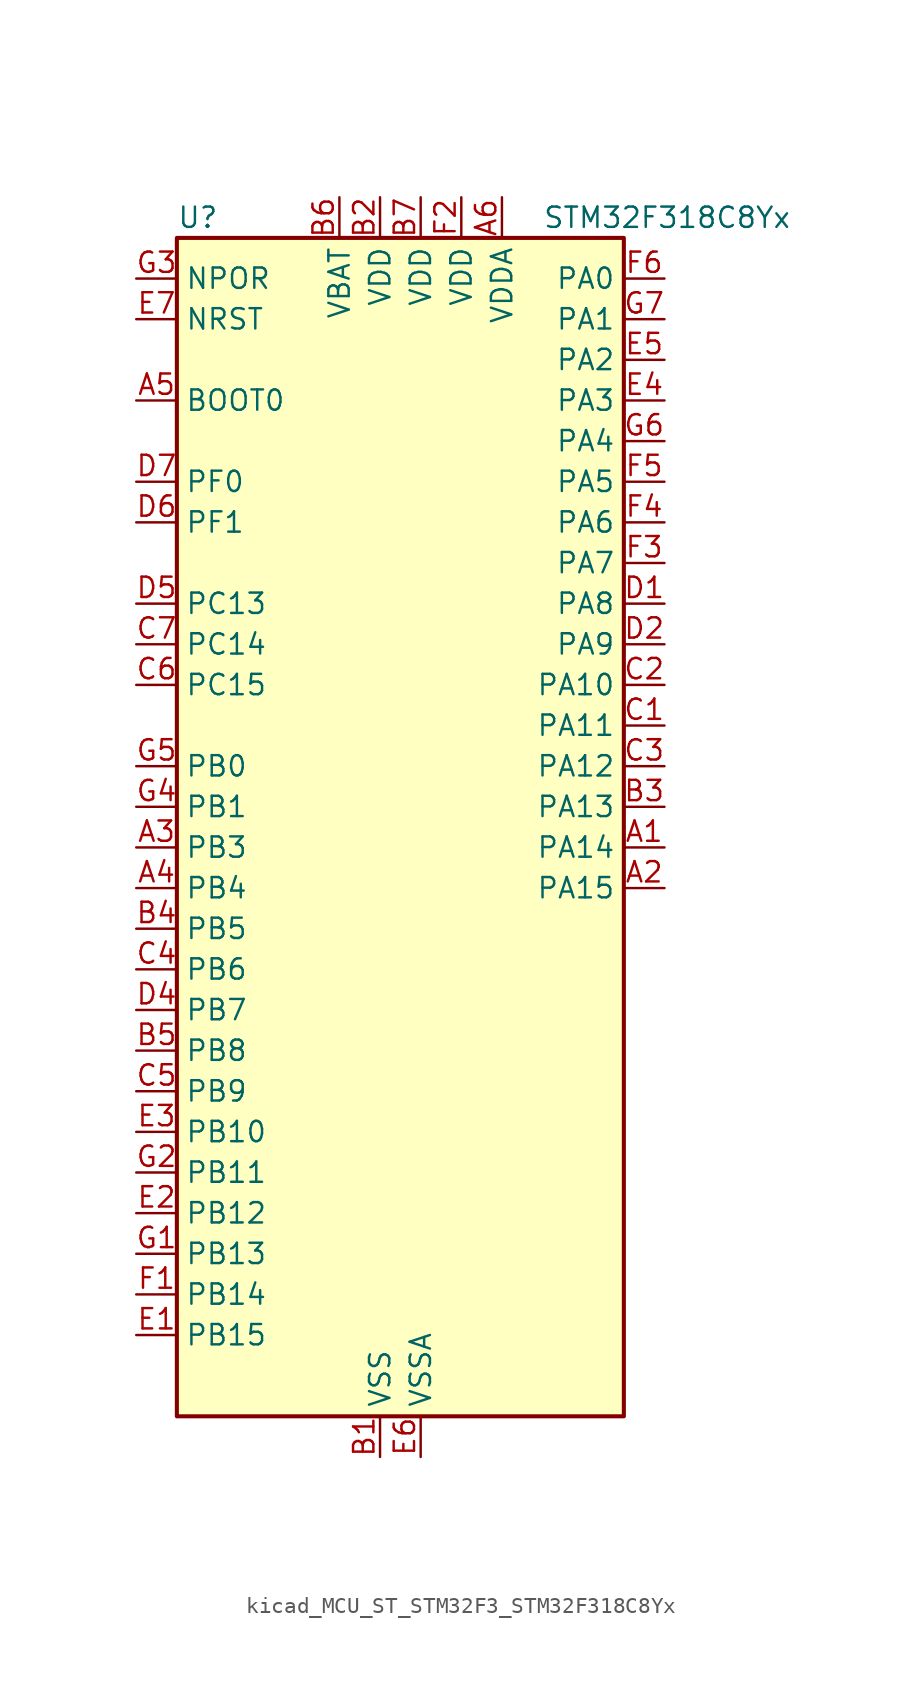
<source format=kicad_sym>
(kicad_symbol_lib
  (version 20220914)
  (generator kicad_symbol_editor)
  (symbol "kicad_MCU_ST_STM32F3_STM32F318C8Yx"
    (property "Reference" "U"
      (at -12.7 39.37 0)
      (effects (font (size 1.27 1.27)) (justify left)))
    (property "Value" "STM32F318C8Yx"
      (at 10.16 39.37 0)
      (effects (font (size 1.27 1.27)) (justify left)))
    (property "ki_locked" ""
      (at 0 0 0)
      (effects (font (size 1.27 1.27))))
    (symbol "kicad_MCU_ST_STM32F3_STM32F318C8Yx_0_1"
      (rectangle (start -12.7 -35.56) (end 15.24 38.1) (stroke (width 0.254) (type default)) (fill (type background))))
    (symbol "kicad_MCU_ST_STM32F3_STM32F318C8Yx_1_1"
      (pin bidirectional line (at 17.78 0 180) (length 2.54) (name "PA14" (effects (font (size 1.27 1.27)))) (number "A1" (effects (font (size 1.27 1.27)))) (alternate "I2C1_SDA" bidirectional line) (alternate "SYS_JTCK-SWCLK" bidirectional line) (alternate "TIM1_BKIN" bidirectional line) (alternate "TSC_G4_IO4" bidirectional line) (alternate "USART2_TX" bidirectional line))
      (pin bidirectional line (at 17.78 -2.54 180) (length 2.54) (name "PA15" (effects (font (size 1.27 1.27)))) (number "A2" (effects (font (size 1.27 1.27)))) (alternate "ADC1_EXTI15" bidirectional line) (alternate "I2C1_SCL" bidirectional line) (alternate "I2S3_WS" bidirectional line) (alternate "SPI3_NSS" bidirectional line) (alternate "SYS_JTDI" bidirectional line) (alternate "TIM1_BKIN" bidirectional line) (alternate "TIM2_CH1" bidirectional line) (alternate "TIM2_ETR" bidirectional line) (alternate "TSC_SYNC" bidirectional line) (alternate "USART2_RX" bidirectional line))
      (pin bidirectional line (at -15.24 0 0) (length 2.54) (name "PB3" (effects (font (size 1.27 1.27)))) (number "A3" (effects (font (size 1.27 1.27)))) (alternate "I2S3_CK" bidirectional line) (alternate "SPI3_SCK" bidirectional line) (alternate "SYS_JTDO-TRACESWO" bidirectional line) (alternate "TIM2_CH2" bidirectional line) (alternate "TSC_G5_IO1" bidirectional line) (alternate "USART2_TX" bidirectional line))
      (pin bidirectional line (at -15.24 -2.54 0) (length 2.54) (name "PB4" (effects (font (size 1.27 1.27)))) (number "A4" (effects (font (size 1.27 1.27)))) (alternate "I2S3_ext_SD" bidirectional line) (alternate "SPI3_MISO" bidirectional line) (alternate "SYS_NJTRST" bidirectional line) (alternate "TIM16_CH1" bidirectional line) (alternate "TIM17_BKIN" bidirectional line) (alternate "TSC_G5_IO2" bidirectional line) (alternate "USART2_RX" bidirectional line))
      (pin input line (at -15.24 27.94 0) (length 2.54) (name "BOOT0" (effects (font (size 1.27 1.27)))) (number "A5" (effects (font (size 1.27 1.27)))))
      (pin power_in line (at 7.62 40.64 270) (length 2.54) (name "VDDA" (effects (font (size 1.27 1.27)))) (number "A6" (effects (font (size 1.27 1.27)))))
      (pin no_connect line (at -12.7 -35.56 0) (length 2.54) hide (name "NC" (effects (font (size 1.27 1.27)))) (number "A7" (effects (font (size 1.27 1.27)))))
      (pin power_in line (at 0 -38.1 90) (length 2.54) (name "VSS" (effects (font (size 1.27 1.27)))) (number "B1" (effects (font (size 1.27 1.27)))))
      (pin power_in line (at 0 40.64 270) (length 2.54) (name "VDD" (effects (font (size 1.27 1.27)))) (number "B2" (effects (font (size 1.27 1.27)))))
      (pin bidirectional line (at 17.78 2.54 180) (length 2.54) (name "PA13" (effects (font (size 1.27 1.27)))) (number "B3" (effects (font (size 1.27 1.27)))) (alternate "IR_OUT" bidirectional line) (alternate "SYS_JTMS-SWDIO" bidirectional line) (alternate "TIM16_CH1N" bidirectional line) (alternate "TSC_G4_IO3" bidirectional line) (alternate "USART3_CTS" bidirectional line))
      (pin bidirectional line (at -15.24 -5.08 0) (length 2.54) (name "PB5" (effects (font (size 1.27 1.27)))) (number "B4" (effects (font (size 1.27 1.27)))) (alternate "I2C1_SMBA" bidirectional line) (alternate "I2C3_SDA" bidirectional line) (alternate "I2S3_SD" bidirectional line) (alternate "SPI3_MOSI" bidirectional line) (alternate "TIM16_BKIN" bidirectional line) (alternate "TIM17_CH1" bidirectional line) (alternate "USART2_CK" bidirectional line))
      (pin bidirectional line (at -15.24 -12.7 0) (length 2.54) (name "PB8" (effects (font (size 1.27 1.27)))) (number "B5" (effects (font (size 1.27 1.27)))) (alternate "I2C1_SCL" bidirectional line) (alternate "TIM16_CH1" bidirectional line) (alternate "TIM1_BKIN" bidirectional line) (alternate "TSC_SYNC" bidirectional line) (alternate "USART3_RX" bidirectional line))
      (pin power_in line (at -2.54 40.64 270) (length 2.54) (name "VBAT" (effects (font (size 1.27 1.27)))) (number "B6" (effects (font (size 1.27 1.27)))))
      (pin power_in line (at 2.54 40.64 270) (length 2.54) (name "VDD" (effects (font (size 1.27 1.27)))) (number "B7" (effects (font (size 1.27 1.27)))))
      (pin bidirectional line (at 17.78 7.62 180) (length 2.54) (name "PA11" (effects (font (size 1.27 1.27)))) (number "C1" (effects (font (size 1.27 1.27)))) (alternate "ADC1_EXTI11" bidirectional line) (alternate "I2S2_SD" bidirectional line) (alternate "SPI2_MOSI" bidirectional line) (alternate "TIM1_BKIN2" bidirectional line) (alternate "TIM1_CH1N" bidirectional line) (alternate "TIM1_CH4" bidirectional line) (alternate "USART1_CTS" bidirectional line))
      (pin bidirectional line (at 17.78 10.16 180) (length 2.54) (name "PA10" (effects (font (size 1.27 1.27)))) (number "C2" (effects (font (size 1.27 1.27)))) (alternate "COMP6_OUT" bidirectional line) (alternate "I2C2_SDA" bidirectional line) (alternate "I2S2_ext_SD" bidirectional line) (alternate "SPI2_MISO" bidirectional line) (alternate "TIM17_BKIN" bidirectional line) (alternate "TIM1_CH3" bidirectional line) (alternate "TIM2_CH4" bidirectional line) (alternate "TSC_G4_IO2" bidirectional line) (alternate "USART1_RX" bidirectional line))
      (pin bidirectional line (at 17.78 5.08 180) (length 2.54) (name "PA12" (effects (font (size 1.27 1.27)))) (number "C3" (effects (font (size 1.27 1.27)))) (alternate "COMP2_OUT" bidirectional line) (alternate "I2S_CKIN" bidirectional line) (alternate "TIM16_CH1" bidirectional line) (alternate "TIM1_CH2N" bidirectional line) (alternate "TIM1_ETR" bidirectional line) (alternate "USART1_DE" bidirectional line) (alternate "USART1_RTS" bidirectional line))
      (pin bidirectional line (at -15.24 -7.62 0) (length 2.54) (name "PB6" (effects (font (size 1.27 1.27)))) (number "C4" (effects (font (size 1.27 1.27)))) (alternate "I2C1_SCL" bidirectional line) (alternate "TIM16_CH1N" bidirectional line) (alternate "TSC_G5_IO3" bidirectional line) (alternate "USART1_TX" bidirectional line))
      (pin bidirectional line (at -15.24 -15.24 0) (length 2.54) (name "PB9" (effects (font (size 1.27 1.27)))) (number "C5" (effects (font (size 1.27 1.27)))) (alternate "COMP2_OUT" bidirectional line) (alternate "DAC_EXTI9" bidirectional line) (alternate "I2C1_SDA" bidirectional line) (alternate "IR_OUT" bidirectional line) (alternate "TIM17_CH1" bidirectional line) (alternate "USART3_TX" bidirectional line))
      (pin bidirectional line (at -15.24 10.16 0) (length 2.54) (name "PC15" (effects (font (size 1.27 1.27)))) (number "C6" (effects (font (size 1.27 1.27)))) (alternate "ADC1_EXTI15" bidirectional line) (alternate "RCC_OSC32_OUT" bidirectional line))
      (pin bidirectional line (at -15.24 12.7 0) (length 2.54) (name "PC14" (effects (font (size 1.27 1.27)))) (number "C7" (effects (font (size 1.27 1.27)))) (alternate "RCC_OSC32_IN" bidirectional line))
      (pin bidirectional line (at 17.78 15.24 180) (length 2.54) (name "PA8" (effects (font (size 1.27 1.27)))) (number "D1" (effects (font (size 1.27 1.27)))) (alternate "I2C2_SMBA" bidirectional line) (alternate "I2C3_SCL" bidirectional line) (alternate "I2S2_MCK" bidirectional line) (alternate "RCC_MCO" bidirectional line) (alternate "TIM1_CH1" bidirectional line) (alternate "USART1_CK" bidirectional line))
      (pin bidirectional line (at 17.78 12.7 180) (length 2.54) (name "PA9" (effects (font (size 1.27 1.27)))) (number "D2" (effects (font (size 1.27 1.27)))) (alternate "DAC_EXTI9" bidirectional line) (alternate "I2C2_SCL" bidirectional line) (alternate "I2C3_SMBA" bidirectional line) (alternate "I2S3_MCK" bidirectional line) (alternate "TIM15_BKIN" bidirectional line) (alternate "TIM1_CH2" bidirectional line) (alternate "TIM2_CH3" bidirectional line) (alternate "TSC_G4_IO1" bidirectional line) (alternate "USART1_TX" bidirectional line))
      (pin passive line (at 0 -38.1 90) (length 2.54) hide (name "VSS" (effects (font (size 1.27 1.27)))) (number "D3" (effects (font (size 1.27 1.27)))))
      (pin bidirectional line (at -15.24 -10.16 0) (length 2.54) (name "PB7" (effects (font (size 1.27 1.27)))) (number "D4" (effects (font (size 1.27 1.27)))) (alternate "I2C1_SDA" bidirectional line) (alternate "TIM17_CH1N" bidirectional line) (alternate "TSC_G5_IO4" bidirectional line) (alternate "USART1_RX" bidirectional line))
      (pin bidirectional line (at -15.24 15.24 0) (length 2.54) (name "PC13" (effects (font (size 1.27 1.27)))) (number "D5" (effects (font (size 1.27 1.27)))) (alternate "RTC_OUT_ALARM" bidirectional line) (alternate "RTC_OUT_CALIB" bidirectional line) (alternate "RTC_TAMP1" bidirectional line) (alternate "RTC_TS" bidirectional line) (alternate "SYS_WKUP2" bidirectional line) (alternate "TIM1_CH1N" bidirectional line))
      (pin bidirectional line (at -15.24 20.32 0) (length 2.54) (name "PF1" (effects (font (size 1.27 1.27)))) (number "D6" (effects (font (size 1.27 1.27)))) (alternate "I2C2_SCL" bidirectional line) (alternate "I2S2_CK" bidirectional line) (alternate "RCC_OSC_OUT" bidirectional line) (alternate "SPI2_SCK" bidirectional line))
      (pin bidirectional line (at -15.24 22.86 0) (length 2.54) (name "PF0" (effects (font (size 1.27 1.27)))) (number "D7" (effects (font (size 1.27 1.27)))) (alternate "I2C2_SDA" bidirectional line) (alternate "I2S2_WS" bidirectional line) (alternate "RCC_OSC_IN" bidirectional line) (alternate "SPI2_NSS" bidirectional line) (alternate "TIM1_CH3N" bidirectional line))
      (pin bidirectional line (at -15.24 -30.48 0) (length 2.54) (name "PB15" (effects (font (size 1.27 1.27)))) (number "E1" (effects (font (size 1.27 1.27)))) (alternate "ADC1_EXTI15" bidirectional line) (alternate "COMP6_INM" bidirectional line) (alternate "I2S2_SD" bidirectional line) (alternate "RTC_REFIN" bidirectional line) (alternate "SPI2_MOSI" bidirectional line) (alternate "TIM15_CH1N" bidirectional line) (alternate "TIM15_CH2" bidirectional line) (alternate "TIM1_CH3N" bidirectional line))
      (pin bidirectional line (at -15.24 -22.86 0) (length 2.54) (name "PB12" (effects (font (size 1.27 1.27)))) (number "E2" (effects (font (size 1.27 1.27)))) (alternate "I2C2_SMBA" bidirectional line) (alternate "I2S2_WS" bidirectional line) (alternate "SPI2_NSS" bidirectional line) (alternate "TIM1_BKIN" bidirectional line) (alternate "TSC_G6_IO2" bidirectional line) (alternate "USART3_CK" bidirectional line))
      (pin bidirectional line (at -15.24 -17.78 0) (length 2.54) (name "PB10" (effects (font (size 1.27 1.27)))) (number "E3" (effects (font (size 1.27 1.27)))) (alternate "TIM2_CH3" bidirectional line) (alternate "TSC_SYNC" bidirectional line) (alternate "USART3_TX" bidirectional line))
      (pin bidirectional line (at 17.78 27.94 180) (length 2.54) (name "PA3" (effects (font (size 1.27 1.27)))) (number "E4" (effects (font (size 1.27 1.27)))) (alternate "ADC1_IN4" bidirectional line) (alternate "TIM15_CH2" bidirectional line) (alternate "TIM2_CH4" bidirectional line) (alternate "TSC_G1_IO4" bidirectional line) (alternate "USART2_RX" bidirectional line))
      (pin bidirectional line (at 17.78 30.48 180) (length 2.54) (name "PA2" (effects (font (size 1.27 1.27)))) (number "E5" (effects (font (size 1.27 1.27)))) (alternate "ADC1_IN3" bidirectional line) (alternate "COMP2_INM" bidirectional line) (alternate "COMP2_OUT" bidirectional line) (alternate "TIM15_CH1" bidirectional line) (alternate "TIM2_CH3" bidirectional line) (alternate "TSC_G1_IO3" bidirectional line) (alternate "USART2_TX" bidirectional line))
      (pin power_in line (at 2.54 -38.1 90) (length 2.54) (name "VSSA" (effects (font (size 1.27 1.27)))) (number "E6" (effects (font (size 1.27 1.27)))))
      (pin input line (at -15.24 33.02 0) (length 2.54) (name "NRST" (effects (font (size 1.27 1.27)))) (number "E7" (effects (font (size 1.27 1.27)))))
      (pin bidirectional line (at -15.24 -27.94 0) (length 2.54) (name "PB14" (effects (font (size 1.27 1.27)))) (number "F1" (effects (font (size 1.27 1.27)))) (alternate "I2S2_ext_SD" bidirectional line) (alternate "OPAMP2_VINP" bidirectional line) (alternate "OPAMP2_VINP_SEC" bidirectional line) (alternate "SPI2_MISO" bidirectional line) (alternate "TIM15_CH1" bidirectional line) (alternate "TIM1_CH2N" bidirectional line) (alternate "TSC_G6_IO4" bidirectional line) (alternate "USART3_DE" bidirectional line) (alternate "USART3_RTS" bidirectional line))
      (pin power_in line (at 5.08 40.64 270) (length 2.54) (name "VDD" (effects (font (size 1.27 1.27)))) (number "F2" (effects (font (size 1.27 1.27)))))
      (pin bidirectional line (at 17.78 17.78 180) (length 2.54) (name "PA7" (effects (font (size 1.27 1.27)))) (number "F3" (effects (font (size 1.27 1.27)))) (alternate "ADC1_IN15" bidirectional line) (alternate "COMP2_INP" bidirectional line) (alternate "OPAMP2_VINP" bidirectional line) (alternate "OPAMP2_VINP_SEC" bidirectional line) (alternate "TIM17_CH1" bidirectional line) (alternate "TIM1_CH1N" bidirectional line) (alternate "TSC_G2_IO4" bidirectional line))
      (pin bidirectional line (at 17.78 20.32 180) (length 2.54) (name "PA6" (effects (font (size 1.27 1.27)))) (number "F4" (effects (font (size 1.27 1.27)))) (alternate "ADC1_IN10" bidirectional line) (alternate "OPAMP2_VOUT" bidirectional line) (alternate "TIM16_CH1" bidirectional line) (alternate "TIM1_BKIN" bidirectional line) (alternate "TSC_G2_IO3" bidirectional line))
      (pin bidirectional line (at 17.78 22.86 180) (length 2.54) (name "PA5" (effects (font (size 1.27 1.27)))) (number "F5" (effects (font (size 1.27 1.27)))) (alternate "OPAMP2_VINM" bidirectional line) (alternate "OPAMP2_VINM_SEC" bidirectional line) (alternate "TIM2_CH1" bidirectional line) (alternate "TIM2_ETR" bidirectional line) (alternate "TSC_G2_IO2" bidirectional line))
      (pin bidirectional line (at 17.78 35.56 180) (length 2.54) (name "PA0" (effects (font (size 1.27 1.27)))) (number "F6" (effects (font (size 1.27 1.27)))) (alternate "ADC1_IN1" bidirectional line) (alternate "RTC_TAMP2" bidirectional line) (alternate "SYS_WKUP1" bidirectional line) (alternate "TIM2_CH1" bidirectional line) (alternate "TIM2_ETR" bidirectional line) (alternate "TSC_G1_IO1" bidirectional line) (alternate "USART2_CTS" bidirectional line))
      (pin passive line (at 0 -38.1 90) (length 2.54) hide (name "VSS" (effects (font (size 1.27 1.27)))) (number "F7" (effects (font (size 1.27 1.27)))))
      (pin bidirectional line (at -15.24 -25.4 0) (length 2.54) (name "PB13" (effects (font (size 1.27 1.27)))) (number "G1" (effects (font (size 1.27 1.27)))) (alternate "ADC1_IN13" bidirectional line) (alternate "I2S2_CK" bidirectional line) (alternate "SPI2_SCK" bidirectional line) (alternate "TIM1_CH1N" bidirectional line) (alternate "TSC_G6_IO3" bidirectional line) (alternate "USART3_CTS" bidirectional line))
      (pin bidirectional line (at -15.24 -20.32 0) (length 2.54) (name "PB11" (effects (font (size 1.27 1.27)))) (number "G2" (effects (font (size 1.27 1.27)))) (alternate "ADC1_EXTI11" bidirectional line) (alternate "ADC1_IN14" bidirectional line) (alternate "COMP6_INP" bidirectional line) (alternate "TIM2_CH4" bidirectional line) (alternate "TSC_G6_IO1" bidirectional line) (alternate "USART3_RX" bidirectional line))
      (pin input line (at -15.24 35.56 0) (length 2.54) (name "NPOR" (effects (font (size 1.27 1.27)))) (number "G3" (effects (font (size 1.27 1.27)))))
      (pin bidirectional line (at -15.24 2.54 0) (length 2.54) (name "PB1" (effects (font (size 1.27 1.27)))) (number "G4" (effects (font (size 1.27 1.27)))) (alternate "ADC1_IN12" bidirectional line) (alternate "COMP4_OUT" bidirectional line) (alternate "TIM1_CH3N" bidirectional line) (alternate "TSC_G3_IO3" bidirectional line))
      (pin bidirectional line (at -15.24 5.08 0) (length 2.54) (name "PB0" (effects (font (size 1.27 1.27)))) (number "G5" (effects (font (size 1.27 1.27)))) (alternate "ADC1_IN11" bidirectional line) (alternate "COMP4_INP" bidirectional line) (alternate "OPAMP2_VINP" bidirectional line) (alternate "OPAMP2_VINP_SEC" bidirectional line) (alternate "TIM1_CH2N" bidirectional line) (alternate "TSC_G3_IO2" bidirectional line))
      (pin bidirectional line (at 17.78 25.4 180) (length 2.54) (name "PA4" (effects (font (size 1.27 1.27)))) (number "G6" (effects (font (size 1.27 1.27)))) (alternate "ADC1_IN5" bidirectional line) (alternate "COMP2_INM" bidirectional line) (alternate "COMP4_INM" bidirectional line) (alternate "COMP6_INM" bidirectional line) (alternate "DAC_OUT1" bidirectional line) (alternate "I2S3_WS" bidirectional line) (alternate "SPI3_NSS" bidirectional line) (alternate "TSC_G2_IO1" bidirectional line) (alternate "USART2_CK" bidirectional line))
      (pin bidirectional line (at 17.78 33.02 180) (length 2.54) (name "PA1" (effects (font (size 1.27 1.27)))) (number "G7" (effects (font (size 1.27 1.27)))) (alternate "ADC1_IN2" bidirectional line) (alternate "RTC_REFIN" bidirectional line) (alternate "TIM15_CH1N" bidirectional line) (alternate "TIM2_CH2" bidirectional line) (alternate "TSC_G1_IO2" bidirectional line) (alternate "USART2_DE" bidirectional line) (alternate "USART2_RTS" bidirectional line)))))
</source>
